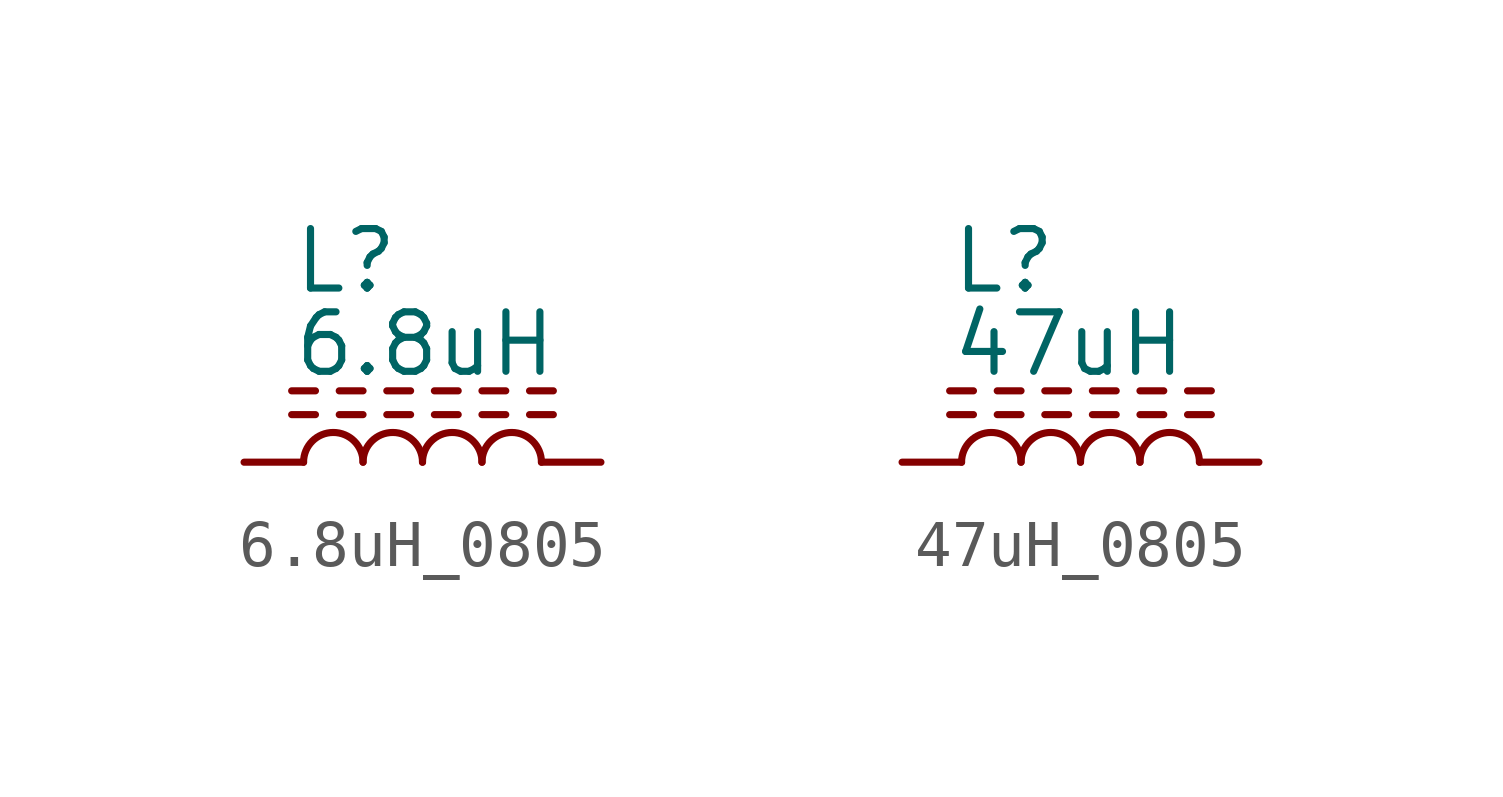
<source format=kicad_sym>
(kicad_symbol_lib
  (version 20241209)
  (generator "kicad_symbol_editor")
  (generator_version "9.0")
  (symbol "6.8uH_0805"
    (pin_numbers
      (hide yes))
    (pin_names
      (offset 1.016)
      (hide yes))
    (property "Reference" "L"
      (at -2.794 3.556 0)
      (effects (font (size 1.27 1.27)) (justify left bottom)))
    (property "Value" "6.8uH"
      (at -2.794 1.778 0)
      (effects (font (size 1.27 1.27)) (justify left bottom)))
    (symbol "6.8uH_0805_0_1"
      (polyline (pts (xy -2.794 1.524) (xy -2.286 1.524)) (stroke (width 0) (type default)) (fill (type none)))
      (polyline (pts (xy -2.286 1.016) (xy -2.794 1.016)) (stroke (width 0) (type default)) (fill (type none)))
      (arc (start -2.54 0) (mid -1.905 0.6323) (end -1.27 0) (stroke (width 0) (type default)) (fill (type none)))
      (polyline (pts (xy -1.778 1.524) (xy -1.27 1.524)) (stroke (width 0) (type default)) (fill (type none)))
      (polyline (pts (xy -1.27 1.016) (xy -1.778 1.016)) (stroke (width 0) (type default)) (fill (type none)))
      (polyline (pts (xy -0.762 1.524) (xy -0.254 1.524)) (stroke (width 0) (type default)) (fill (type none)))
      (arc (start -1.27 0) (mid -0.635 0.6323) (end 0 0) (stroke (width 0) (type default)) (fill (type none)))
      (polyline (pts (xy -0.254 1.016) (xy -0.762 1.016)) (stroke (width 0) (type default)) (fill (type none)))
      (polyline (pts (xy 0.254 1.524) (xy 0.762 1.524)) (stroke (width 0) (type default)) (fill (type none)))
      (arc (start 0 0) (mid 0.635 0.6323) (end 1.27 0) (stroke (width 0) (type default)) (fill (type none)))
      (polyline (pts (xy 0.762 1.016) (xy 0.254 1.016)) (stroke (width 0) (type default)) (fill (type none)))
      (polyline (pts (xy 1.27 1.524) (xy 1.778 1.524)) (stroke (width 0) (type default)) (fill (type none)))
      (polyline (pts (xy 1.778 1.016) (xy 1.27 1.016)) (stroke (width 0) (type default)) (fill (type none)))
      (arc (start 1.27 0) (mid 1.905 0.6323) (end 2.54 0) (stroke (width 0) (type default)) (fill (type none)))
      (polyline (pts (xy 2.286 1.524) (xy 2.794 1.524)) (stroke (width 0) (type default)) (fill (type none)))
      (polyline (pts (xy 2.794 1.016) (xy 2.286 1.016)) (stroke (width 0) (type default)) (fill (type none))))
    (symbol "6.8uH_0805_1_1"
      (pin passive line (at -3.81 0 0) (length 1.27) (name "1" (effects (font (size 1.27 1.27)))) (number "1" (effects (font (size 1.27 1.27)))))
      (pin passive line (at 3.81 0 180) (length 1.27) (name "2" (effects (font (size 1.27 1.27)))) (number "2" (effects (font (size 1.27 1.27)))))))
  (symbol "47uH_0805"
    (pin_numbers
      (hide yes))
    (pin_names
      (offset 1.016)
      (hide yes))
    (property "Reference" "L"
      (at -2.794 3.556 0)
      (effects (font (size 1.27 1.27)) (justify left bottom)))
    (property "Value" "47uH"
      (at -2.794 1.778 0)
      (effects (font (size 1.27 1.27)) (justify left bottom)))
    (symbol "47uH_0805_0_1"
      (polyline (pts (xy -2.794 1.524) (xy -2.286 1.524)) (stroke (width 0) (type default)) (fill (type none)))
      (polyline (pts (xy -2.286 1.016) (xy -2.794 1.016)) (stroke (width 0) (type default)) (fill (type none)))
      (arc (start -2.54 0) (mid -1.905 0.6323) (end -1.27 0) (stroke (width 0) (type default)) (fill (type none)))
      (polyline (pts (xy -1.778 1.524) (xy -1.27 1.524)) (stroke (width 0) (type default)) (fill (type none)))
      (polyline (pts (xy -1.27 1.016) (xy -1.778 1.016)) (stroke (width 0) (type default)) (fill (type none)))
      (polyline (pts (xy -0.762 1.524) (xy -0.254 1.524)) (stroke (width 0) (type default)) (fill (type none)))
      (arc (start -1.27 0) (mid -0.635 0.6323) (end 0 0) (stroke (width 0) (type default)) (fill (type none)))
      (polyline (pts (xy -0.254 1.016) (xy -0.762 1.016)) (stroke (width 0) (type default)) (fill (type none)))
      (polyline (pts (xy 0.254 1.524) (xy 0.762 1.524)) (stroke (width 0) (type default)) (fill (type none)))
      (arc (start 0 0) (mid 0.635 0.6323) (end 1.27 0) (stroke (width 0) (type default)) (fill (type none)))
      (polyline (pts (xy 0.762 1.016) (xy 0.254 1.016)) (stroke (width 0) (type default)) (fill (type none)))
      (polyline (pts (xy 1.27 1.524) (xy 1.778 1.524)) (stroke (width 0) (type default)) (fill (type none)))
      (polyline (pts (xy 1.778 1.016) (xy 1.27 1.016)) (stroke (width 0) (type default)) (fill (type none)))
      (arc (start 1.27 0) (mid 1.905 0.6323) (end 2.54 0) (stroke (width 0) (type default)) (fill (type none)))
      (polyline (pts (xy 2.286 1.524) (xy 2.794 1.524)) (stroke (width 0) (type default)) (fill (type none)))
      (polyline (pts (xy 2.794 1.016) (xy 2.286 1.016)) (stroke (width 0) (type default)) (fill (type none))))
    (symbol "47uH_0805_1_1"
      (pin passive line (at -3.81 0 0) (length 1.27) (name "1" (effects (font (size 1.27 1.27)))) (number "1" (effects (font (size 1.27 1.27)))))
      (pin passive line (at 3.81 0 180) (length 1.27) (name "2" (effects (font (size 1.27 1.27)))) (number "2" (effects (font (size 1.27 1.27))))))))
</source>
